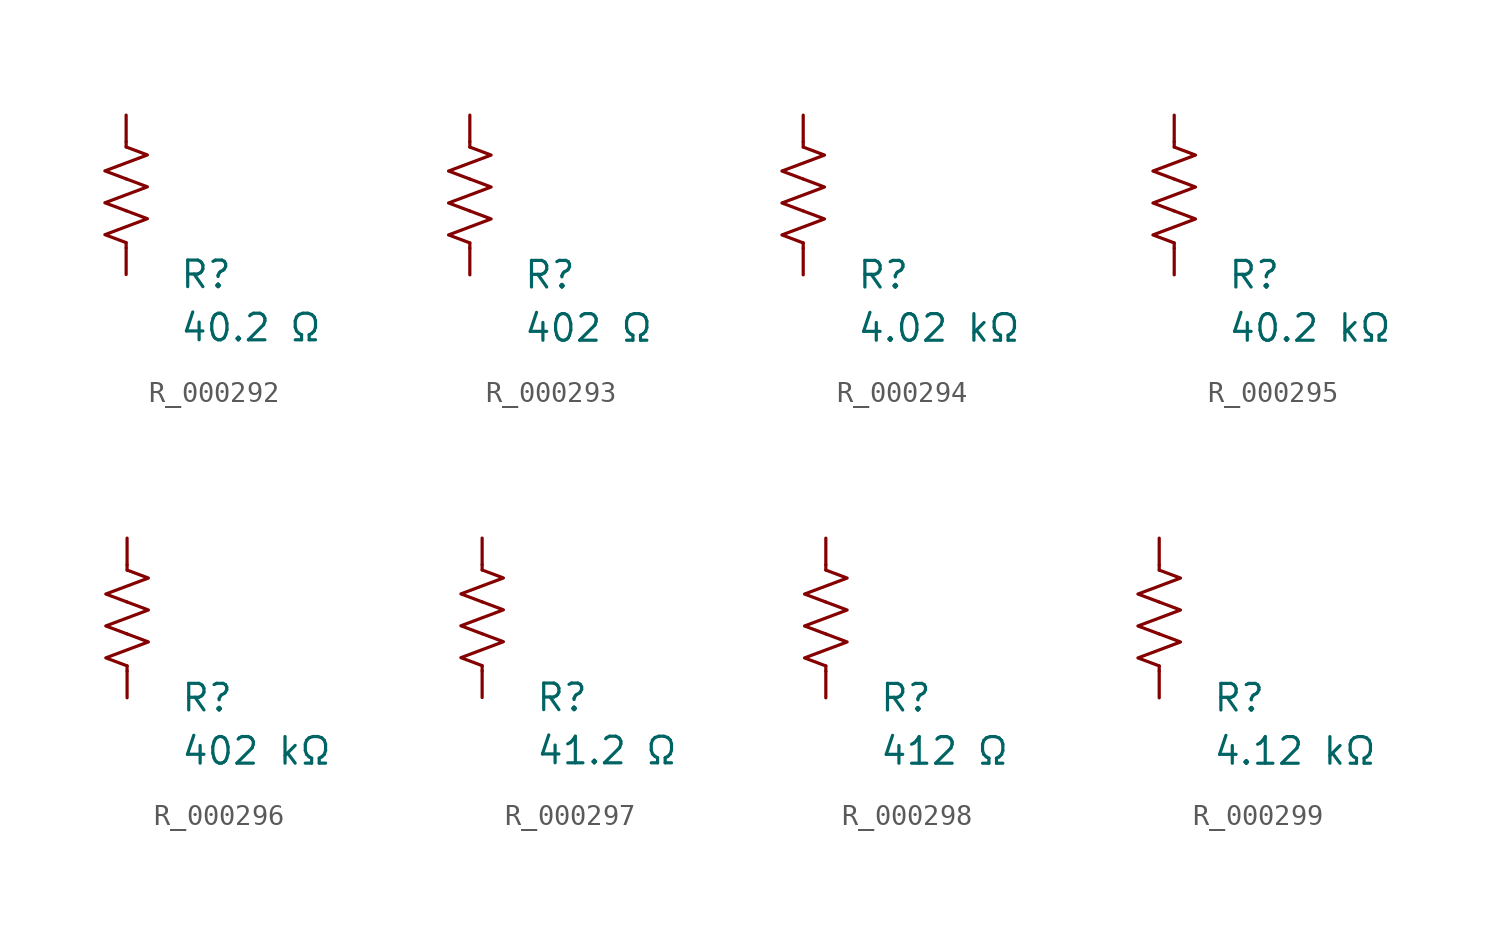
<source format=kicad_sym>
(kicad_symbol_lib
  (version 20231120)
  (generator "kicad_symbol_editor")
  (generator_version "8.0")
  (symbol "R_000292"
    (pin_numbers hide)
    (pin_names
      (offset 0))
    (property "Reference" "R"
      (at 2.54 -3.81 0)
      (effects (font (size 1.27 1.27)) (justify left))
      (show_name no))
    (property "Value" "40.2 Ω"
      (at 2.54 -6.35 0)
      (effects (font (size 1.27 1.27)) (justify left))
      (show_name no))
    (symbol "R_000292_0_1"
      (polyline (pts (xy 0 -2.286) (xy 0 -2.54)) (stroke (width 0) (type default)) (fill (type none)))
      (polyline (pts (xy 0 2.286) (xy 0 2.54)) (stroke (width 0) (type default)) (fill (type none)))
      (polyline (pts (xy 0 -0.762) (xy 1.016 -1.143) (xy 0 -1.524) (xy -1.016 -1.905) (xy 0 -2.286)) (stroke (width 0) (type default)) (fill (type none)))
      (polyline (pts (xy 0 0.762) (xy 1.016 0.381) (xy 0 0) (xy -1.016 -0.381) (xy 0 -0.762)) (stroke (width 0) (type default)) (fill (type none)))
      (polyline (pts (xy 0 2.286) (xy 1.016 1.905) (xy 0 1.524) (xy -1.016 1.143) (xy 0 0.762)) (stroke (width 0) (type default)) (fill (type none))))
    (symbol "R_000292_1_1"
      (pin passive line (at 0 3.81 270) (length 1.27) (name "~" (effects (font (size 1.27 1.27)))) (number "1" (effects (font (size 1.27 1.27)))))
      (pin passive line (at 0 -3.81 90) (length 1.27) (name "~" (effects (font (size 1.27 1.27)))) (number "2" (effects (font (size 1.27 1.27)))))))
  (symbol "R_000293"
    (pin_numbers hide)
    (pin_names
      (offset 0))
    (property "Reference" "R"
      (at 2.54 -3.81 0)
      (effects (font (size 1.27 1.27)) (justify left))
      (show_name no))
    (property "Value" "402 Ω"
      (at 2.54 -6.35 0)
      (effects (font (size 1.27 1.27)) (justify left))
      (show_name no))
    (symbol "R_000293_0_1"
      (polyline (pts (xy 0 -2.286) (xy 0 -2.54)) (stroke (width 0) (type default)) (fill (type none)))
      (polyline (pts (xy 0 2.286) (xy 0 2.54)) (stroke (width 0) (type default)) (fill (type none)))
      (polyline (pts (xy 0 -0.762) (xy 1.016 -1.143) (xy 0 -1.524) (xy -1.016 -1.905) (xy 0 -2.286)) (stroke (width 0) (type default)) (fill (type none)))
      (polyline (pts (xy 0 0.762) (xy 1.016 0.381) (xy 0 0) (xy -1.016 -0.381) (xy 0 -0.762)) (stroke (width 0) (type default)) (fill (type none)))
      (polyline (pts (xy 0 2.286) (xy 1.016 1.905) (xy 0 1.524) (xy -1.016 1.143) (xy 0 0.762)) (stroke (width 0) (type default)) (fill (type none))))
    (symbol "R_000293_1_1"
      (pin passive line (at 0 3.81 270) (length 1.27) (name "~" (effects (font (size 1.27 1.27)))) (number "1" (effects (font (size 1.27 1.27)))))
      (pin passive line (at 0 -3.81 90) (length 1.27) (name "~" (effects (font (size 1.27 1.27)))) (number "2" (effects (font (size 1.27 1.27)))))))
  (symbol "R_000294"
    (pin_numbers hide)
    (pin_names
      (offset 0))
    (property "Reference" "R"
      (at 2.54 -3.81 0)
      (effects (font (size 1.27 1.27)) (justify left))
      (show_name no))
    (property "Value" "4.02 kΩ"
      (at 2.54 -6.35 0)
      (effects (font (size 1.27 1.27)) (justify left))
      (show_name no))
    (symbol "R_000294_0_1"
      (polyline (pts (xy 0 -2.286) (xy 0 -2.54)) (stroke (width 0) (type default)) (fill (type none)))
      (polyline (pts (xy 0 2.286) (xy 0 2.54)) (stroke (width 0) (type default)) (fill (type none)))
      (polyline (pts (xy 0 -0.762) (xy 1.016 -1.143) (xy 0 -1.524) (xy -1.016 -1.905) (xy 0 -2.286)) (stroke (width 0) (type default)) (fill (type none)))
      (polyline (pts (xy 0 0.762) (xy 1.016 0.381) (xy 0 0) (xy -1.016 -0.381) (xy 0 -0.762)) (stroke (width 0) (type default)) (fill (type none)))
      (polyline (pts (xy 0 2.286) (xy 1.016 1.905) (xy 0 1.524) (xy -1.016 1.143) (xy 0 0.762)) (stroke (width 0) (type default)) (fill (type none))))
    (symbol "R_000294_1_1"
      (pin passive line (at 0 3.81 270) (length 1.27) (name "~" (effects (font (size 1.27 1.27)))) (number "1" (effects (font (size 1.27 1.27)))))
      (pin passive line (at 0 -3.81 90) (length 1.27) (name "~" (effects (font (size 1.27 1.27)))) (number "2" (effects (font (size 1.27 1.27)))))))
  (symbol "R_000295"
    (pin_numbers hide)
    (pin_names
      (offset 0))
    (property "Reference" "R"
      (at 2.54 -3.81 0)
      (effects (font (size 1.27 1.27)) (justify left))
      (show_name no))
    (property "Value" "40.2 kΩ"
      (at 2.54 -6.35 0)
      (effects (font (size 1.27 1.27)) (justify left))
      (show_name no))
    (symbol "R_000295_0_1"
      (polyline (pts (xy 0 -2.286) (xy 0 -2.54)) (stroke (width 0) (type default)) (fill (type none)))
      (polyline (pts (xy 0 2.286) (xy 0 2.54)) (stroke (width 0) (type default)) (fill (type none)))
      (polyline (pts (xy 0 -0.762) (xy 1.016 -1.143) (xy 0 -1.524) (xy -1.016 -1.905) (xy 0 -2.286)) (stroke (width 0) (type default)) (fill (type none)))
      (polyline (pts (xy 0 0.762) (xy 1.016 0.381) (xy 0 0) (xy -1.016 -0.381) (xy 0 -0.762)) (stroke (width 0) (type default)) (fill (type none)))
      (polyline (pts (xy 0 2.286) (xy 1.016 1.905) (xy 0 1.524) (xy -1.016 1.143) (xy 0 0.762)) (stroke (width 0) (type default)) (fill (type none))))
    (symbol "R_000295_1_1"
      (pin passive line (at 0 3.81 270) (length 1.27) (name "~" (effects (font (size 1.27 1.27)))) (number "1" (effects (font (size 1.27 1.27)))))
      (pin passive line (at 0 -3.81 90) (length 1.27) (name "~" (effects (font (size 1.27 1.27)))) (number "2" (effects (font (size 1.27 1.27)))))))
  (symbol "R_000296"
    (pin_numbers hide)
    (pin_names
      (offset 0))
    (property "Reference" "R"
      (at 2.54 -3.81 0)
      (effects (font (size 1.27 1.27)) (justify left))
      (show_name no))
    (property "Value" "402 kΩ"
      (at 2.54 -6.35 0)
      (effects (font (size 1.27 1.27)) (justify left))
      (show_name no))
    (symbol "R_000296_0_1"
      (polyline (pts (xy 0 -2.286) (xy 0 -2.54)) (stroke (width 0) (type default)) (fill (type none)))
      (polyline (pts (xy 0 2.286) (xy 0 2.54)) (stroke (width 0) (type default)) (fill (type none)))
      (polyline (pts (xy 0 -0.762) (xy 1.016 -1.143) (xy 0 -1.524) (xy -1.016 -1.905) (xy 0 -2.286)) (stroke (width 0) (type default)) (fill (type none)))
      (polyline (pts (xy 0 0.762) (xy 1.016 0.381) (xy 0 0) (xy -1.016 -0.381) (xy 0 -0.762)) (stroke (width 0) (type default)) (fill (type none)))
      (polyline (pts (xy 0 2.286) (xy 1.016 1.905) (xy 0 1.524) (xy -1.016 1.143) (xy 0 0.762)) (stroke (width 0) (type default)) (fill (type none))))
    (symbol "R_000296_1_1"
      (pin passive line (at 0 3.81 270) (length 1.27) (name "~" (effects (font (size 1.27 1.27)))) (number "1" (effects (font (size 1.27 1.27)))))
      (pin passive line (at 0 -3.81 90) (length 1.27) (name "~" (effects (font (size 1.27 1.27)))) (number "2" (effects (font (size 1.27 1.27)))))))
  (symbol "R_000297"
    (pin_numbers hide)
    (pin_names
      (offset 0))
    (property "Reference" "R"
      (at 2.54 -3.81 0)
      (effects (font (size 1.27 1.27)) (justify left))
      (show_name no))
    (property "Value" "41.2 Ω"
      (at 2.54 -6.35 0)
      (effects (font (size 1.27 1.27)) (justify left))
      (show_name no))
    (symbol "R_000297_0_1"
      (polyline (pts (xy 0 -2.286) (xy 0 -2.54)) (stroke (width 0) (type default)) (fill (type none)))
      (polyline (pts (xy 0 2.286) (xy 0 2.54)) (stroke (width 0) (type default)) (fill (type none)))
      (polyline (pts (xy 0 -0.762) (xy 1.016 -1.143) (xy 0 -1.524) (xy -1.016 -1.905) (xy 0 -2.286)) (stroke (width 0) (type default)) (fill (type none)))
      (polyline (pts (xy 0 0.762) (xy 1.016 0.381) (xy 0 0) (xy -1.016 -0.381) (xy 0 -0.762)) (stroke (width 0) (type default)) (fill (type none)))
      (polyline (pts (xy 0 2.286) (xy 1.016 1.905) (xy 0 1.524) (xy -1.016 1.143) (xy 0 0.762)) (stroke (width 0) (type default)) (fill (type none))))
    (symbol "R_000297_1_1"
      (pin passive line (at 0 3.81 270) (length 1.27) (name "~" (effects (font (size 1.27 1.27)))) (number "1" (effects (font (size 1.27 1.27)))))
      (pin passive line (at 0 -3.81 90) (length 1.27) (name "~" (effects (font (size 1.27 1.27)))) (number "2" (effects (font (size 1.27 1.27)))))))
  (symbol "R_000298"
    (pin_numbers hide)
    (pin_names
      (offset 0))
    (property "Reference" "R"
      (at 2.54 -3.81 0)
      (effects (font (size 1.27 1.27)) (justify left))
      (show_name no))
    (property "Value" "412 Ω"
      (at 2.54 -6.35 0)
      (effects (font (size 1.27 1.27)) (justify left))
      (show_name no))
    (symbol "R_000298_0_1"
      (polyline (pts (xy 0 -2.286) (xy 0 -2.54)) (stroke (width 0) (type default)) (fill (type none)))
      (polyline (pts (xy 0 2.286) (xy 0 2.54)) (stroke (width 0) (type default)) (fill (type none)))
      (polyline (pts (xy 0 -0.762) (xy 1.016 -1.143) (xy 0 -1.524) (xy -1.016 -1.905) (xy 0 -2.286)) (stroke (width 0) (type default)) (fill (type none)))
      (polyline (pts (xy 0 0.762) (xy 1.016 0.381) (xy 0 0) (xy -1.016 -0.381) (xy 0 -0.762)) (stroke (width 0) (type default)) (fill (type none)))
      (polyline (pts (xy 0 2.286) (xy 1.016 1.905) (xy 0 1.524) (xy -1.016 1.143) (xy 0 0.762)) (stroke (width 0) (type default)) (fill (type none))))
    (symbol "R_000298_1_1"
      (pin passive line (at 0 3.81 270) (length 1.27) (name "~" (effects (font (size 1.27 1.27)))) (number "1" (effects (font (size 1.27 1.27)))))
      (pin passive line (at 0 -3.81 90) (length 1.27) (name "~" (effects (font (size 1.27 1.27)))) (number "2" (effects (font (size 1.27 1.27)))))))
  (symbol "R_000299"
    (pin_numbers hide)
    (pin_names
      (offset 0))
    (property "Reference" "R"
      (at 2.54 -3.81 0)
      (effects (font (size 1.27 1.27)) (justify left))
      (show_name no))
    (property "Value" "4.12 kΩ"
      (at 2.54 -6.35 0)
      (effects (font (size 1.27 1.27)) (justify left))
      (show_name no))
    (symbol "R_000299_0_1"
      (polyline (pts (xy 0 -2.286) (xy 0 -2.54)) (stroke (width 0) (type default)) (fill (type none)))
      (polyline (pts (xy 0 2.286) (xy 0 2.54)) (stroke (width 0) (type default)) (fill (type none)))
      (polyline (pts (xy 0 -0.762) (xy 1.016 -1.143) (xy 0 -1.524) (xy -1.016 -1.905) (xy 0 -2.286)) (stroke (width 0) (type default)) (fill (type none)))
      (polyline (pts (xy 0 0.762) (xy 1.016 0.381) (xy 0 0) (xy -1.016 -0.381) (xy 0 -0.762)) (stroke (width 0) (type default)) (fill (type none)))
      (polyline (pts (xy 0 2.286) (xy 1.016 1.905) (xy 0 1.524) (xy -1.016 1.143) (xy 0 0.762)) (stroke (width 0) (type default)) (fill (type none))))
    (symbol "R_000299_1_1"
      (pin passive line (at 0 3.81 270) (length 1.27) (name "~" (effects (font (size 1.27 1.27)))) (number "1" (effects (font (size 1.27 1.27)))))
      (pin passive line (at 0 -3.81 90) (length 1.27) (name "~" (effects (font (size 1.27 1.27)))) (number "2" (effects (font (size 1.27 1.27))))))))
</source>
